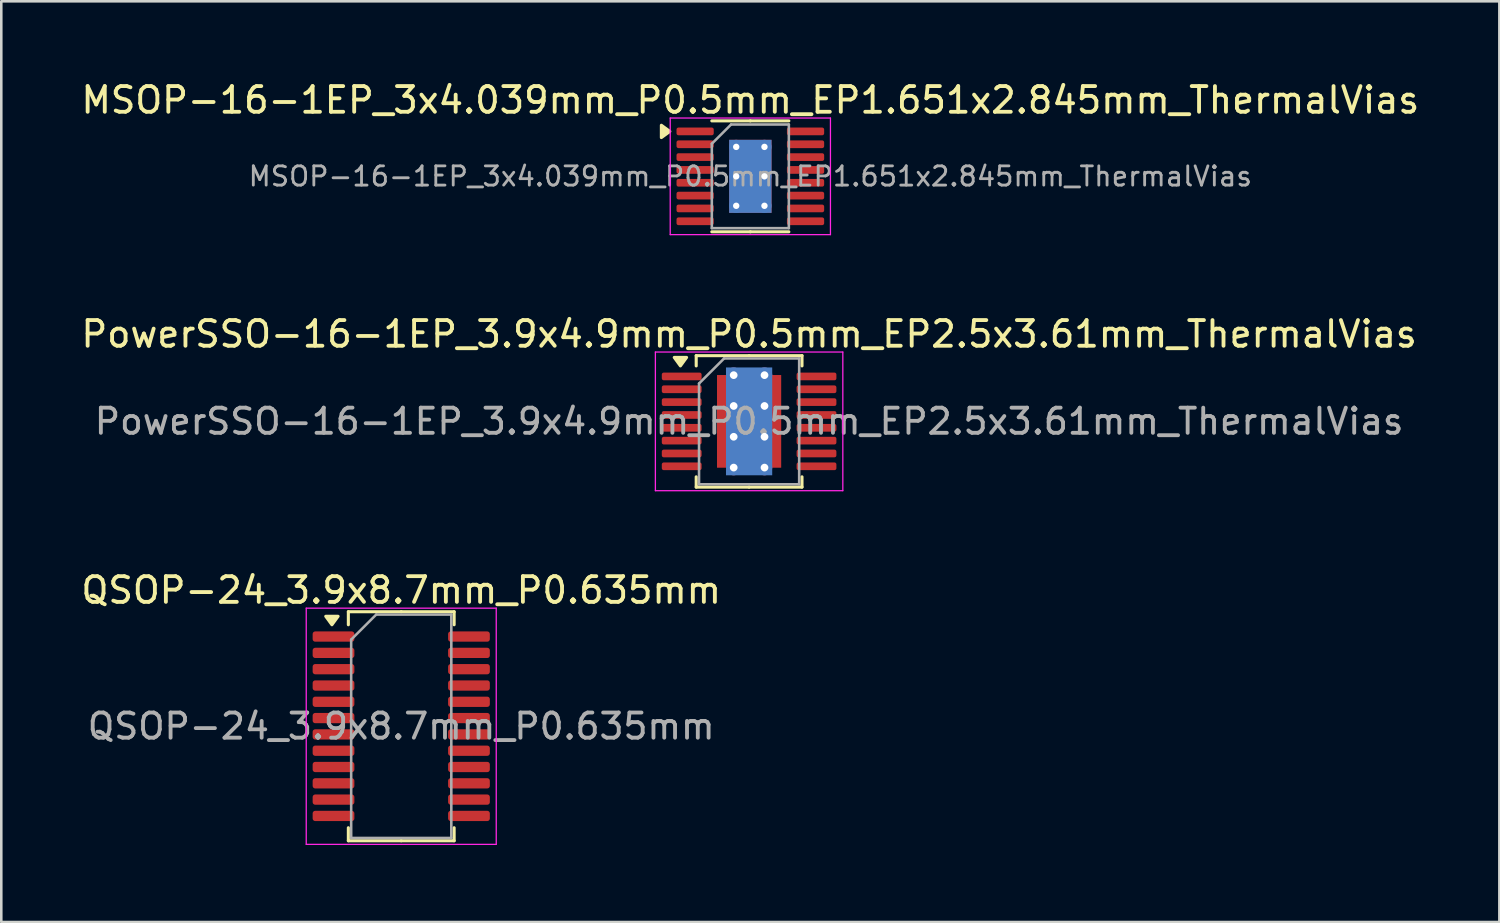
<source format=kicad_pcb>
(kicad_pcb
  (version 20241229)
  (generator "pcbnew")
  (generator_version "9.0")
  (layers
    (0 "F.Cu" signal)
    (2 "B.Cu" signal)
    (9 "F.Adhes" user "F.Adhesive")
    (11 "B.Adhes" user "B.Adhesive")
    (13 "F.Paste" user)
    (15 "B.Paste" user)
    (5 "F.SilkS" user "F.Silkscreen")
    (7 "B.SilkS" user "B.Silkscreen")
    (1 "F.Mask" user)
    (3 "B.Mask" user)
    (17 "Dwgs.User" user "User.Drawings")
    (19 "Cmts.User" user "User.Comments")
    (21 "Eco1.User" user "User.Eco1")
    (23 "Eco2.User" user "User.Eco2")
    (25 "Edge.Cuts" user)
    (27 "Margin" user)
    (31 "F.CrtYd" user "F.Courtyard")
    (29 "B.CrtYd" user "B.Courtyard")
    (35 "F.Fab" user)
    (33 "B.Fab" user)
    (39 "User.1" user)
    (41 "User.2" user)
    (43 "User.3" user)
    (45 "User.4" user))
  (footprint "QSOP-24_3.9x8.7mm_P0.635mm"
    (layer "F.Cu")
    (at 12.577 25.235)
    (property "Reference" "QSOP-24_3.9x8.7mm_P0.635mm" (at 0 -5.3 0) (layer "F.SilkS") (effects (font (size 1 1) (thickness 0.15))))
    (attr smd)
    (fp_line (start -2.06 -4.46) (end -2.06 -3.953) (stroke (width 0.12) (type solid)) (layer "F.SilkS"))
    (fp_line (start -2.06 4.46) (end -2.06 3.953) (stroke (width 0.12) (type solid)) (layer "F.SilkS"))
    (fp_line (start 0 -4.46) (end -2.06 -4.46) (stroke (width 0.12) (type solid)) (layer "F.SilkS"))
    (fp_line (start 0 -4.46) (end 2.06 -4.46) (stroke (width 0.12) (type solid)) (layer "F.SilkS"))
    (fp_line (start 0 4.46) (end -2.06 4.46) (stroke (width 0.12) (type solid)) (layer "F.SilkS"))
    (fp_line (start 0 4.46) (end 2.06 4.46) (stroke (width 0.12) (type solid)) (layer "F.SilkS"))
    (fp_line (start 2.06 -4.46) (end 2.06 -3.953) (stroke (width 0.12) (type solid)) (layer "F.SilkS"))
    (fp_line (start 2.06 4.46) (end 2.06 3.953) (stroke (width 0.12) (type solid)) (layer "F.SilkS"))
    (fp_poly (pts (xy -2.7 -3.953) (xy -2.94 -4.282) (xy -2.46 -4.282) (xy -2.7 -3.953)) (stroke (width 0.12) (type solid)) (fill yes) (layer "F.SilkS"))
    (fp_line (start -3.7 -4.6) (end -3.7 4.6) (stroke (width 0.05) (type solid)) (layer "F.CrtYd"))
    (fp_line (start -3.7 4.6) (end 3.7 4.6) (stroke (width 0.05) (type solid)) (layer "F.CrtYd"))
    (fp_line (start 3.7 -4.6) (end -3.7 -4.6) (stroke (width 0.05) (type solid)) (layer "F.CrtYd"))
    (fp_line (start 3.7 4.6) (end 3.7 -4.6) (stroke (width 0.05) (type solid)) (layer "F.CrtYd"))
    (fp_line (start -1.95 -3.375) (end -0.975 -4.35) (stroke (width 0.1) (type solid)) (layer "F.Fab"))
    (fp_line (start -1.95 4.35) (end -1.95 -3.375) (stroke (width 0.1) (type solid)) (layer "F.Fab"))
    (fp_line (start -0.975 -4.35) (end 1.95 -4.35) (stroke (width 0.1) (type solid)) (layer "F.Fab"))
    (fp_line (start 1.95 -4.35) (end 1.95 4.35) (stroke (width 0.1) (type solid)) (layer "F.Fab"))
    (fp_line (start 1.95 4.35) (end -1.95 4.35) (stroke (width 0.1) (type solid)) (layer "F.Fab"))
    (fp_text user "${REFERENCE}" (at 0 0 0) (layer "F.Fab") (effects (font (size 0.98 0.98) (thickness 0.15))))
    (pad "1" smd roundrect (at -2.638 -3.493) (size 1.625 0.4) (layers "F.Cu" "F.Mask" "F.Paste") (roundrect_rratio 0.25))
    (pad "2" smd roundrect (at -2.638 -2.857) (size 1.625 0.4) (layers "F.Cu" "F.Mask" "F.Paste") (roundrect_rratio 0.25))
    (pad "3" smd roundrect (at -2.638 -2.223) (size 1.625 0.4) (layers "F.Cu" "F.Mask" "F.Paste") (roundrect_rratio 0.25))
    (pad "4" smd roundrect (at -2.638 -1.587) (size 1.625 0.4) (layers "F.Cu" "F.Mask" "F.Paste") (roundrect_rratio 0.25))
    (pad "5" smd roundrect (at -2.638 -0.953) (size 1.625 0.4) (layers "F.Cu" "F.Mask" "F.Paste") (roundrect_rratio 0.25))
    (pad "6" smd roundrect (at -2.638 -0.318) (size 1.625 0.4) (layers "F.Cu" "F.Mask" "F.Paste") (roundrect_rratio 0.25))
    (pad "7" smd roundrect (at -2.638 0.318) (size 1.625 0.4) (layers "F.Cu" "F.Mask" "F.Paste") (roundrect_rratio 0.25))
    (pad "8" smd roundrect (at -2.638 0.953) (size 1.625 0.4) (layers "F.Cu" "F.Mask" "F.Paste") (roundrect_rratio 0.25))
    (pad "9" smd roundrect (at -2.638 1.587) (size 1.625 0.4) (layers "F.Cu" "F.Mask" "F.Paste") (roundrect_rratio 0.25))
    (pad "10" smd roundrect (at -2.638 2.223) (size 1.625 0.4) (layers "F.Cu" "F.Mask" "F.Paste") (roundrect_rratio 0.25))
    (pad "11" smd roundrect (at -2.638 2.857) (size 1.625 0.4) (layers "F.Cu" "F.Mask" "F.Paste") (roundrect_rratio 0.25))
    (pad "12" smd roundrect (at -2.638 3.493) (size 1.625 0.4) (layers "F.Cu" "F.Mask" "F.Paste") (roundrect_rratio 0.25))
    (pad "13" smd roundrect (at 2.638 3.493) (size 1.625 0.4) (layers "F.Cu" "F.Mask" "F.Paste") (roundrect_rratio 0.25))
    (pad "14" smd roundrect (at 2.638 2.857) (size 1.625 0.4) (layers "F.Cu" "F.Mask" "F.Paste") (roundrect_rratio 0.25))
    (pad "15" smd roundrect (at 2.638 2.223) (size 1.625 0.4) (layers "F.Cu" "F.Mask" "F.Paste") (roundrect_rratio 0.25))
    (pad "16" smd roundrect (at 2.638 1.587) (size 1.625 0.4) (layers "F.Cu" "F.Mask" "F.Paste") (roundrect_rratio 0.25))
    (pad "17" smd roundrect (at 2.638 0.953) (size 1.625 0.4) (layers "F.Cu" "F.Mask" "F.Paste") (roundrect_rratio 0.25))
    (pad "18" smd roundrect (at 2.638 0.318) (size 1.625 0.4) (layers "F.Cu" "F.Mask" "F.Paste") (roundrect_rratio 0.25))
    (pad "19" smd roundrect (at 2.638 -0.318) (size 1.625 0.4) (layers "F.Cu" "F.Mask" "F.Paste") (roundrect_rratio 0.25))
    (pad "20" smd roundrect (at 2.638 -0.953) (size 1.625 0.4) (layers "F.Cu" "F.Mask" "F.Paste") (roundrect_rratio 0.25))
    (pad "21" smd roundrect (at 2.638 -1.587) (size 1.625 0.4) (layers "F.Cu" "F.Mask" "F.Paste") (roundrect_rratio 0.25))
    (pad "22" smd roundrect (at 2.638 -2.223) (size 1.625 0.4) (layers "F.Cu" "F.Mask" "F.Paste") (roundrect_rratio 0.25))
    (pad "23" smd roundrect (at 2.638 -2.857) (size 1.625 0.4) (layers "F.Cu" "F.Mask" "F.Paste") (roundrect_rratio 0.25))
    (pad "24" smd roundrect (at 2.638 -3.493) (size 1.625 0.4) (layers "F.Cu" "F.Mask" "F.Paste") (roundrect_rratio 0.25)))
  (footprint "MSOP-16-1EP_3x4.039mm_P0.5mm_EP1.651x2.845mm_ThermalVias"
    (layer "F.Cu")
    (at 26.173 3.818)
    (property "Reference" "MSOP-16-1EP_3x4.039mm_P0.5mm_EP1.651x2.845mm_ThermalVias" (at 0 -2.97 0) (layer "F.SilkS") (effects (font (size 1 1) (thickness 0.15))))
    (attr smd)
    (fp_line (start 0 -2.16) (end -1.5 -2.16) (stroke (width 0.12) (type solid)) (layer "F.SilkS"))
    (fp_line (start 0 -2.16) (end 1.5 -2.16) (stroke (width 0.12) (type solid)) (layer "F.SilkS"))
    (fp_line (start 0 2.16) (end -1.5 2.16) (stroke (width 0.12) (type solid)) (layer "F.SilkS"))
    (fp_line (start 0 2.16) (end 1.5 2.16) (stroke (width 0.12) (type solid)) (layer "F.SilkS"))
    (fp_poly (pts (xy -3.135 -1.75) (xy -3.465 -1.51) (xy -3.465 -1.99) (xy -3.135 -1.75)) (stroke (width 0.12) (type solid)) (fill yes) (layer "F.SilkS"))
    (fp_line (start -3.12 -2.27) (end -3.12 2.27) (stroke (width 0.05) (type solid)) (layer "F.CrtYd"))
    (fp_line (start -3.12 2.27) (end 3.12 2.27) (stroke (width 0.05) (type solid)) (layer "F.CrtYd"))
    (fp_line (start 3.12 -2.27) (end -3.12 -2.27) (stroke (width 0.05) (type solid)) (layer "F.CrtYd"))
    (fp_line (start 3.12 2.27) (end 3.12 -2.27) (stroke (width 0.05) (type solid)) (layer "F.CrtYd"))
    (fp_line (start -1.5 -1.27) (end -0.75 -2.019) (stroke (width 0.1) (type solid)) (layer "F.Fab"))
    (fp_line (start -1.5 2.019) (end -1.5 -1.27) (stroke (width 0.1) (type solid)) (layer "F.Fab"))
    (fp_line (start -0.75 -2.019) (end 1.5 -2.019) (stroke (width 0.1) (type solid)) (layer "F.Fab"))
    (fp_line (start 1.5 -2.019) (end 1.5 2.019) (stroke (width 0.1) (type solid)) (layer "F.Fab"))
    (fp_line (start 1.5 2.019) (end -1.5 2.019) (stroke (width 0.1) (type solid)) (layer "F.Fab"))
    (fp_text user "${REFERENCE}" (at 0 0 0) (layer "F.Fab") (effects (font (size 0.75 0.75) (thickness 0.11))))
    (pad "" smd roundrect (at -0.415 -0.71) (size 0.69 1.19) (layers "F.Paste") (roundrect_rratio 0.25))
    (pad "" smd roundrect (at -0.415 0.71) (size 0.69 1.19) (layers "F.Paste") (roundrect_rratio 0.25))
    (pad "" smd roundrect (at 0.415 -0.71) (size 0.69 1.19) (layers "F.Paste") (roundrect_rratio 0.25))
    (pad "" smd roundrect (at 0.415 0.71) (size 0.69 1.19) (layers "F.Paste") (roundrect_rratio 0.25))
    (pad "1" smd roundrect (at -2.15 -1.75) (size 1.45 0.3) (layers "F.Cu" "F.Mask" "F.Paste") (roundrect_rratio 0.25))
    (pad "2" smd roundrect (at -2.15 -1.25) (size 1.45 0.3) (layers "F.Cu" "F.Mask" "F.Paste") (roundrect_rratio 0.25))
    (pad "3" smd roundrect (at -2.15 -0.75) (size 1.45 0.3) (layers "F.Cu" "F.Mask" "F.Paste") (roundrect_rratio 0.25))
    (pad "4" smd roundrect (at -2.15 -0.25) (size 1.45 0.3) (layers "F.Cu" "F.Mask" "F.Paste") (roundrect_rratio 0.25))
    (pad "5" smd roundrect (at -2.15 0.25) (size 1.45 0.3) (layers "F.Cu" "F.Mask" "F.Paste") (roundrect_rratio 0.25))
    (pad "6" smd roundrect (at -2.15 0.75) (size 1.45 0.3) (layers "F.Cu" "F.Mask" "F.Paste") (roundrect_rratio 0.25))
    (pad "7" smd roundrect (at -2.15 1.25) (size 1.45 0.3) (layers "F.Cu" "F.Mask" "F.Paste") (roundrect_rratio 0.25))
    (pad "8" smd roundrect (at -2.15 1.75) (size 1.45 0.3) (layers "F.Cu" "F.Mask" "F.Paste") (roundrect_rratio 0.25))
    (pad "9" smd roundrect (at 2.15 1.75) (size 1.45 0.3) (layers "F.Cu" "F.Mask" "F.Paste") (roundrect_rratio 0.25))
    (pad "10" smd roundrect (at 2.15 1.25) (size 1.45 0.3) (layers "F.Cu" "F.Mask" "F.Paste") (roundrect_rratio 0.25))
    (pad "11" smd roundrect (at 2.15 0.75) (size 1.45 0.3) (layers "F.Cu" "F.Mask" "F.Paste") (roundrect_rratio 0.25))
    (pad "12" smd roundrect (at 2.15 0.25) (size 1.45 0.3) (layers "F.Cu" "F.Mask" "F.Paste") (roundrect_rratio 0.25))
    (pad "13" smd roundrect (at 2.15 -0.25) (size 1.45 0.3) (layers "F.Cu" "F.Mask" "F.Paste") (roundrect_rratio 0.25))
    (pad "14" smd roundrect (at 2.15 -0.75) (size 1.45 0.3) (layers "F.Cu" "F.Mask" "F.Paste") (roundrect_rratio 0.25))
    (pad "15" smd roundrect (at 2.15 -1.25) (size 1.45 0.3) (layers "F.Cu" "F.Mask" "F.Paste") (roundrect_rratio 0.25))
    (pad "16" smd roundrect (at 2.15 -1.75) (size 1.45 0.3) (layers "F.Cu" "F.Mask" "F.Paste") (roundrect_rratio 0.25))
    (pad "17" thru_hole circle (at -0.55 -1.147) (size 0.55 0.55) (drill 0.25) (property pad_prop_heatsink) (layers "*.Cu"))
    (pad "17" thru_hole circle (at -0.55 0) (size 0.55 0.55) (drill 0.25) (property pad_prop_heatsink) (layers "*.Cu"))
    (pad "17" thru_hole circle (at -0.55 1.147) (size 0.55 0.55) (drill 0.25) (property pad_prop_heatsink) (layers "*.Cu"))
    (pad "17" smd rect (at 0 0) (size 1.651 2.845) (property pad_prop_heatsink) (layers "F.Cu" "F.Mask"))
    (pad "17" smd rect (at 0 0) (size 1.651 2.845) (property pad_prop_heatsink) (layers "B.Cu"))
    (pad "17" thru_hole circle (at 0.55 -1.147) (size 0.55 0.55) (drill 0.25) (property pad_prop_heatsink) (layers "*.Cu"))
    (pad "17" thru_hole circle (at 0.55 0) (size 0.55 0.55) (drill 0.25) (property pad_prop_heatsink) (layers "*.Cu"))
    (pad "17" thru_hole circle (at 0.55 1.147) (size 0.55 0.55) (drill 0.25) (property pad_prop_heatsink) (layers "*.Cu")))
  (footprint "PowerSSO-16-1EP_3.9x4.9mm_P0.5mm_EP2.5x3.61mm_ThermalVias"
    (layer "F.Cu")
    (at 26.125 13.361)
    (property "Reference" "PowerSSO-16-1EP_3.9x4.9mm_P0.5mm_EP2.5x3.61mm_ThermalVias" (at 0 -3.4 0) (layer "F.SilkS") (effects (font (size 1 1) (thickness 0.15))))
    (attr smd)
    (fp_line (start -2.06 -2.56) (end -2.06 -2.16) (stroke (width 0.12) (type solid)) (layer "F.SilkS"))
    (fp_line (start -2.06 2.56) (end -2.06 2.16) (stroke (width 0.12) (type solid)) (layer "F.SilkS"))
    (fp_line (start 0 -2.56) (end -2.06 -2.56) (stroke (width 0.12) (type solid)) (layer "F.SilkS"))
    (fp_line (start 0 -2.56) (end 2.06 -2.56) (stroke (width 0.12) (type solid)) (layer "F.SilkS"))
    (fp_line (start 0 2.56) (end -2.06 2.56) (stroke (width 0.12) (type solid)) (layer "F.SilkS"))
    (fp_line (start 0 2.56) (end 2.06 2.56) (stroke (width 0.12) (type solid)) (layer "F.SilkS"))
    (fp_line (start 2.06 -2.56) (end 2.06 -2.16) (stroke (width 0.12) (type solid)) (layer "F.SilkS"))
    (fp_line (start 2.06 2.56) (end 2.06 2.16) (stroke (width 0.12) (type solid)) (layer "F.SilkS"))
    (fp_poly (pts (xy -2.675 -2.16) (xy -2.915 -2.49) (xy -2.435 -2.49) (xy -2.675 -2.16)) (stroke (width 0.12) (type solid)) (fill yes) (layer "F.SilkS"))
    (fp_line (start -3.65 -2.7) (end -3.65 2.7) (stroke (width 0.05) (type solid)) (layer "F.CrtYd"))
    (fp_line (start -3.65 2.7) (end 3.65 2.7) (stroke (width 0.05) (type solid)) (layer "F.CrtYd"))
    (fp_line (start 3.65 -2.7) (end -3.65 -2.7) (stroke (width 0.05) (type solid)) (layer "F.CrtYd"))
    (fp_line (start 3.65 2.7) (end 3.65 -2.7) (stroke (width 0.05) (type solid)) (layer "F.CrtYd"))
    (fp_line (start -1.95 -1.475) (end -0.975 -2.45) (stroke (width 0.1) (type solid)) (layer "F.Fab"))
    (fp_line (start -1.95 2.45) (end -1.95 -1.475) (stroke (width 0.1) (type solid)) (layer "F.Fab"))
    (fp_line (start -0.975 -2.45) (end 1.95 -2.45) (stroke (width 0.1) (type solid)) (layer "F.Fab"))
    (fp_line (start 1.95 -2.45) (end 1.95 2.45) (stroke (width 0.1) (type solid)) (layer "F.Fab"))
    (fp_line (start 1.95 2.45) (end -1.95 2.45) (stroke (width 0.1) (type solid)) (layer "F.Fab"))
    (fp_text user "${REFERENCE}" (at 0 0 0) (layer "F.Fab") (effects (font (size 0.98 0.98) (thickness 0.15))))
    (pad "" smd roundrect (at 0 0) (size 2.02 2.91) (layers "F.Paste") (roundrect_rratio 0.124))
    (pad "1" smd roundrect (at -2.625 -1.75) (size 1.55 0.3) (layers "F.Cu" "F.Mask" "F.Paste") (roundrect_rratio 0.25))
    (pad "2" smd roundrect (at -2.625 -1.25) (size 1.55 0.3) (layers "F.Cu" "F.Mask" "F.Paste") (roundrect_rratio 0.25))
    (pad "3" smd roundrect (at -2.625 -0.75) (size 1.55 0.3) (layers "F.Cu" "F.Mask" "F.Paste") (roundrect_rratio 0.25))
    (pad "4" smd roundrect (at -2.625 -0.25) (size 1.55 0.3) (layers "F.Cu" "F.Mask" "F.Paste") (roundrect_rratio 0.25))
    (pad "5" smd roundrect (at -2.625 0.25) (size 1.55 0.3) (layers "F.Cu" "F.Mask" "F.Paste") (roundrect_rratio 0.25))
    (pad "6" smd roundrect (at -2.625 0.75) (size 1.55 0.3) (layers "F.Cu" "F.Mask" "F.Paste") (roundrect_rratio 0.25))
    (pad "7" smd roundrect (at -2.625 1.25) (size 1.55 0.3) (layers "F.Cu" "F.Mask" "F.Paste") (roundrect_rratio 0.25))
    (pad "8" smd roundrect (at -2.625 1.75) (size 1.55 0.3) (layers "F.Cu" "F.Mask" "F.Paste") (roundrect_rratio 0.25))
    (pad "9" smd roundrect (at 2.625 1.75) (size 1.55 0.3) (layers "F.Cu" "F.Mask" "F.Paste") (roundrect_rratio 0.25))
    (pad "10" smd roundrect (at 2.625 1.25) (size 1.55 0.3) (layers "F.Cu" "F.Mask" "F.Paste") (roundrect_rratio 0.25))
    (pad "11" smd roundrect (at 2.625 0.75) (size 1.55 0.3) (layers "F.Cu" "F.Mask" "F.Paste") (roundrect_rratio 0.25))
    (pad "12" smd roundrect (at 2.625 0.25) (size 1.55 0.3) (layers "F.Cu" "F.Mask" "F.Paste") (roundrect_rratio 0.25))
    (pad "13" smd roundrect (at 2.625 -0.25) (size 1.55 0.3) (layers "F.Cu" "F.Mask" "F.Paste") (roundrect_rratio 0.25))
    (pad "14" smd roundrect (at 2.625 -0.75) (size 1.55 0.3) (layers "F.Cu" "F.Mask" "F.Paste") (roundrect_rratio 0.25))
    (pad "15" smd roundrect (at 2.625 -1.25) (size 1.55 0.3) (layers "F.Cu" "F.Mask" "F.Paste") (roundrect_rratio 0.25))
    (pad "16" smd roundrect (at 2.625 -1.75) (size 1.55 0.3) (layers "F.Cu" "F.Mask" "F.Paste") (roundrect_rratio 0.25))
    (pad "17" thru_hole circle (at -0.6 -1.8) (size 0.6 0.6) (drill 0.3) (property pad_prop_heatsink) (layers "*.Cu"))
    (pad "17" thru_hole circle (at -0.6 -0.6) (size 0.6 0.6) (drill 0.3) (property pad_prop_heatsink) (layers "*.Cu"))
    (pad "17" thru_hole circle (at -0.6 0.6) (size 0.6 0.6) (drill 0.3) (property pad_prop_heatsink) (layers "*.Cu"))
    (pad "17" thru_hole circle (at -0.6 1.8) (size 0.6 0.6) (drill 0.3) (property pad_prop_heatsink) (layers "*.Cu"))
    (pad "17" smd rect (at 0 0) (size 1.8 4.2) (property pad_prop_heatsink) (layers "B.Cu"))
    (pad "17" smd rect (at 0 0) (size 2.5 3.61) (property pad_prop_heatsink) (layers "F.Cu" "F.Mask"))
    (pad "17" thru_hole circle (at 0.6 -1.8) (size 0.6 0.6) (drill 0.3) (property pad_prop_heatsink) (layers "*.Cu"))
    (pad "17" thru_hole circle (at 0.6 -0.6) (size 0.6 0.6) (drill 0.3) (property pad_prop_heatsink) (layers "*.Cu"))
    (pad "17" thru_hole circle (at 0.6 0.6) (size 0.6 0.6) (drill 0.3) (property pad_prop_heatsink) (layers "*.Cu"))
    (pad "17" thru_hole circle (at 0.6 1.8) (size 0.6 0.6) (drill 0.3) (property pad_prop_heatsink) (layers "*.Cu")))
  (gr_rect
    (start -3 -3)
    (end 55.345 32.86)
    (stroke (width 0.1) (type default))
    (fill no)
    (layer "Edge.Cuts")))
</source>
